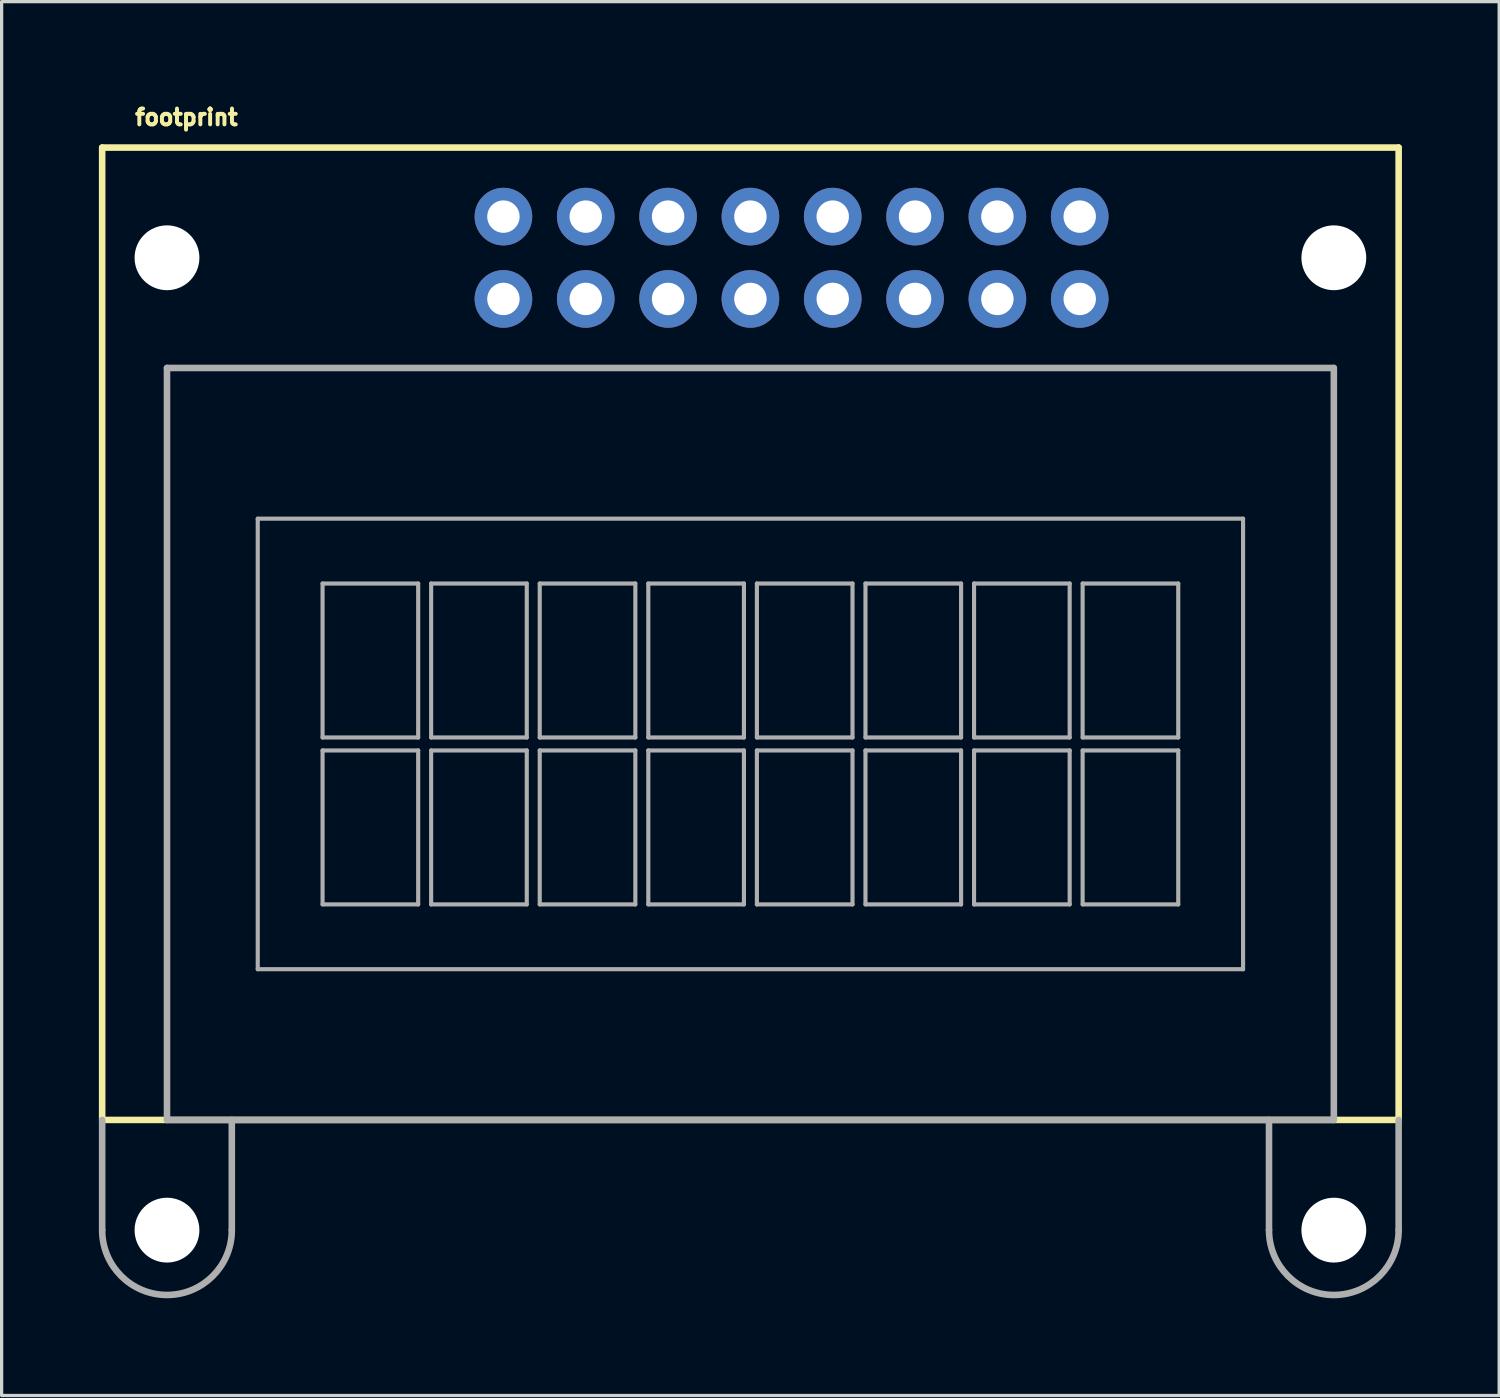
<source format=kicad_pcb>
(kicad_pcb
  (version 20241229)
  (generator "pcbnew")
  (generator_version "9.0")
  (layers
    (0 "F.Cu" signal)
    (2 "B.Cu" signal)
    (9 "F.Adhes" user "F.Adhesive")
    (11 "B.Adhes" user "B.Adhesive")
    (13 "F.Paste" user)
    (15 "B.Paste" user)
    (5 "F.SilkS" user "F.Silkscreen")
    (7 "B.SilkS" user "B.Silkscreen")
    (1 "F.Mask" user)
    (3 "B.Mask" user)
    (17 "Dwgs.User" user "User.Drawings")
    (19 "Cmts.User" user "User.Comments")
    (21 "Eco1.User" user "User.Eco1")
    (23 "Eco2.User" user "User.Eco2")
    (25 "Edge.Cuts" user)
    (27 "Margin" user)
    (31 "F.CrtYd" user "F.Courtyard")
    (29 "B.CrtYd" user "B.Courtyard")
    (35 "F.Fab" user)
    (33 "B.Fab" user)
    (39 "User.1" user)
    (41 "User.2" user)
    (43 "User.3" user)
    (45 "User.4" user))
  (footprint "footprint"
    (layer "F.Cu")
    (at 20.102 19.903)
    (property "Reference" "footprint" (at -19.05 -19.05 0) (layer "F.SilkS") (effects (font (size 0.488 0.488) (thickness 0.122)) (justify left bottom)))
    (fp_line (start -20 -18.4) (end 20 -18.4) (stroke (width 0.203) (type solid)) (layer "F.SilkS"))
    (fp_line (start -20 11.6) (end -20 -18.4) (stroke (width 0.203) (type solid)) (layer "F.SilkS"))
    (fp_line (start 20 -18.4) (end 20 11.6) (stroke (width 0.203) (type solid)) (layer "F.SilkS"))
    (fp_line (start 20 11.6) (end -20 11.6) (stroke (width 0.203) (type solid)) (layer "F.SilkS"))
    (fp_line (start -20 15) (end -20 11.6) (stroke (width 0.203) (type solid)) (layer "F.Fab"))
    (fp_line (start -18 -11.6) (end -18 11.6) (stroke (width 0.203) (type solid)) (layer "F.Fab"))
    (fp_line (start -18 -11.6) (end 18 -11.6) (stroke (width 0.203) (type solid)) (layer "F.Fab"))
    (fp_line (start -18 11.6) (end 18 11.6) (stroke (width 0.203) (type solid)) (layer "F.Fab"))
    (fp_line (start -16 15) (end -16 11.6) (stroke (width 0.203) (type solid)) (layer "F.Fab"))
    (fp_line (start -15.2 -6.95) (end -15.2 6.95) (stroke (width 0.127) (type solid)) (layer "F.Fab"))
    (fp_line (start -15.2 6.95) (end 15.2 6.95) (stroke (width 0.127) (type solid)) (layer "F.Fab"))
    (fp_line (start -13.2 -4.95) (end -10.25 -4.95) (stroke (width 0.127) (type solid)) (layer "F.Fab"))
    (fp_line (start -13.2 -0.2) (end -13.2 -4.95) (stroke (width 0.127) (type solid)) (layer "F.Fab"))
    (fp_line (start -13.2 0.2) (end -13.2 4.95) (stroke (width 0.127) (type solid)) (layer "F.Fab"))
    (fp_line (start -13.2 4.95) (end -10.25 4.95) (stroke (width 0.127) (type solid)) (layer "F.Fab"))
    (fp_line (start -10.25 -4.95) (end -10.25 -0.2) (stroke (width 0.127) (type solid)) (layer "F.Fab"))
    (fp_line (start -10.25 -0.2) (end -13.2 -0.2) (stroke (width 0.127) (type solid)) (layer "F.Fab"))
    (fp_line (start -10.25 0.2) (end -13.2 0.2) (stroke (width 0.127) (type solid)) (layer "F.Fab"))
    (fp_line (start -10.25 4.95) (end -10.25 0.2) (stroke (width 0.127) (type solid)) (layer "F.Fab"))
    (fp_line (start -9.85 -4.95) (end -6.9 -4.95) (stroke (width 0.127) (type solid)) (layer "F.Fab"))
    (fp_line (start -9.85 -0.2) (end -9.85 -4.95) (stroke (width 0.127) (type solid)) (layer "F.Fab"))
    (fp_line (start -9.85 0.2) (end -9.85 4.95) (stroke (width 0.127) (type solid)) (layer "F.Fab"))
    (fp_line (start -9.85 4.95) (end -6.9 4.95) (stroke (width 0.127) (type solid)) (layer "F.Fab"))
    (fp_line (start -6.9 -4.95) (end -6.9 -0.2) (stroke (width 0.127) (type solid)) (layer "F.Fab"))
    (fp_line (start -6.9 -0.2) (end -9.85 -0.2) (stroke (width 0.127) (type solid)) (layer "F.Fab"))
    (fp_line (start -6.9 0.2) (end -9.85 0.2) (stroke (width 0.127) (type solid)) (layer "F.Fab"))
    (fp_line (start -6.9 4.95) (end -6.9 0.2) (stroke (width 0.127) (type solid)) (layer "F.Fab"))
    (fp_line (start -6.5 -4.95) (end -3.55 -4.95) (stroke (width 0.127) (type solid)) (layer "F.Fab"))
    (fp_line (start -6.5 -0.2) (end -6.5 -4.95) (stroke (width 0.127) (type solid)) (layer "F.Fab"))
    (fp_line (start -6.5 0.2) (end -6.5 4.95) (stroke (width 0.127) (type solid)) (layer "F.Fab"))
    (fp_line (start -6.5 4.95) (end -3.55 4.95) (stroke (width 0.127) (type solid)) (layer "F.Fab"))
    (fp_line (start -3.55 -4.95) (end -3.55 -0.2) (stroke (width 0.127) (type solid)) (layer "F.Fab"))
    (fp_line (start -3.55 -0.2) (end -6.5 -0.2) (stroke (width 0.127) (type solid)) (layer "F.Fab"))
    (fp_line (start -3.55 0.2) (end -6.5 0.2) (stroke (width 0.127) (type solid)) (layer "F.Fab"))
    (fp_line (start -3.55 4.95) (end -3.55 0.2) (stroke (width 0.127) (type solid)) (layer "F.Fab"))
    (fp_line (start -3.15 -4.95) (end -0.2 -4.95) (stroke (width 0.127) (type solid)) (layer "F.Fab"))
    (fp_line (start -3.15 -0.2) (end -3.15 -4.95) (stroke (width 0.127) (type solid)) (layer "F.Fab"))
    (fp_line (start -3.15 0.2) (end -3.15 4.95) (stroke (width 0.127) (type solid)) (layer "F.Fab"))
    (fp_line (start -3.15 4.95) (end -0.2 4.95) (stroke (width 0.127) (type solid)) (layer "F.Fab"))
    (fp_line (start -0.2 -4.95) (end -0.2 -0.2) (stroke (width 0.127) (type solid)) (layer "F.Fab"))
    (fp_line (start -0.2 -0.2) (end -3.15 -0.2) (stroke (width 0.127) (type solid)) (layer "F.Fab"))
    (fp_line (start -0.2 0.2) (end -3.15 0.2) (stroke (width 0.127) (type solid)) (layer "F.Fab"))
    (fp_line (start -0.2 4.95) (end -0.2 0.2) (stroke (width 0.127) (type solid)) (layer "F.Fab"))
    (fp_line (start 0.2 -4.95) (end 3.15 -4.95) (stroke (width 0.127) (type solid)) (layer "F.Fab"))
    (fp_line (start 0.2 -0.2) (end 0.2 -4.95) (stroke (width 0.127) (type solid)) (layer "F.Fab"))
    (fp_line (start 0.2 0.2) (end 0.2 4.95) (stroke (width 0.127) (type solid)) (layer "F.Fab"))
    (fp_line (start 0.2 4.95) (end 3.15 4.95) (stroke (width 0.127) (type solid)) (layer "F.Fab"))
    (fp_line (start 3.15 -4.95) (end 3.15 -0.2) (stroke (width 0.127) (type solid)) (layer "F.Fab"))
    (fp_line (start 3.15 -0.2) (end 0.2 -0.2) (stroke (width 0.127) (type solid)) (layer "F.Fab"))
    (fp_line (start 3.15 0.2) (end 0.2 0.2) (stroke (width 0.127) (type solid)) (layer "F.Fab"))
    (fp_line (start 3.15 4.95) (end 3.15 0.2) (stroke (width 0.127) (type solid)) (layer "F.Fab"))
    (fp_line (start 3.55 -4.95) (end 6.5 -4.95) (stroke (width 0.127) (type solid)) (layer "F.Fab"))
    (fp_line (start 3.55 -0.2) (end 3.55 -4.95) (stroke (width 0.127) (type solid)) (layer "F.Fab"))
    (fp_line (start 3.55 0.2) (end 3.55 4.95) (stroke (width 0.127) (type solid)) (layer "F.Fab"))
    (fp_line (start 3.55 4.95) (end 6.5 4.95) (stroke (width 0.127) (type solid)) (layer "F.Fab"))
    (fp_line (start 6.5 -4.95) (end 6.5 -0.2) (stroke (width 0.127) (type solid)) (layer "F.Fab"))
    (fp_line (start 6.5 -0.2) (end 3.55 -0.2) (stroke (width 0.127) (type solid)) (layer "F.Fab"))
    (fp_line (start 6.5 0.2) (end 3.55 0.2) (stroke (width 0.127) (type solid)) (layer "F.Fab"))
    (fp_line (start 6.5 4.95) (end 6.5 0.2) (stroke (width 0.127) (type solid)) (layer "F.Fab"))
    (fp_line (start 6.9 -4.95) (end 9.85 -4.95) (stroke (width 0.127) (type solid)) (layer "F.Fab"))
    (fp_line (start 6.9 -0.2) (end 6.9 -4.95) (stroke (width 0.127) (type solid)) (layer "F.Fab"))
    (fp_line (start 6.9 0.2) (end 6.9 4.95) (stroke (width 0.127) (type solid)) (layer "F.Fab"))
    (fp_line (start 6.9 4.95) (end 9.85 4.95) (stroke (width 0.127) (type solid)) (layer "F.Fab"))
    (fp_line (start 9.85 -4.95) (end 9.85 -0.2) (stroke (width 0.127) (type solid)) (layer "F.Fab"))
    (fp_line (start 9.85 -0.2) (end 6.9 -0.2) (stroke (width 0.127) (type solid)) (layer "F.Fab"))
    (fp_line (start 9.85 0.2) (end 6.9 0.2) (stroke (width 0.127) (type solid)) (layer "F.Fab"))
    (fp_line (start 9.85 4.95) (end 9.85 0.2) (stroke (width 0.127) (type solid)) (layer "F.Fab"))
    (fp_line (start 10.25 -4.95) (end 13.2 -4.95) (stroke (width 0.127) (type solid)) (layer "F.Fab"))
    (fp_line (start 10.25 -0.2) (end 10.25 -4.95) (stroke (width 0.127) (type solid)) (layer "F.Fab"))
    (fp_line (start 10.25 0.2) (end 10.25 4.95) (stroke (width 0.127) (type solid)) (layer "F.Fab"))
    (fp_line (start 10.25 4.95) (end 13.2 4.95) (stroke (width 0.127) (type solid)) (layer "F.Fab"))
    (fp_line (start 13.2 -4.95) (end 13.2 -0.2) (stroke (width 0.127) (type solid)) (layer "F.Fab"))
    (fp_line (start 13.2 -0.2) (end 10.25 -0.2) (stroke (width 0.127) (type solid)) (layer "F.Fab"))
    (fp_line (start 13.2 0.2) (end 10.25 0.2) (stroke (width 0.127) (type solid)) (layer "F.Fab"))
    (fp_line (start 13.2 4.95) (end 13.2 0.2) (stroke (width 0.127) (type solid)) (layer "F.Fab"))
    (fp_line (start 15.2 -6.95) (end -15.2 -6.95) (stroke (width 0.127) (type solid)) (layer "F.Fab"))
    (fp_line (start 15.2 6.95) (end 15.2 -6.95) (stroke (width 0.127) (type solid)) (layer "F.Fab"))
    (fp_line (start 16 15) (end 16 11.6) (stroke (width 0.203) (type solid)) (layer "F.Fab"))
    (fp_line (start 18 -11.6) (end 18 11.6) (stroke (width 0.203) (type solid)) (layer "F.Fab"))
    (fp_line (start 20 15) (end 20 11.6) (stroke (width 0.203) (type solid)) (layer "F.Fab"))
    (fp_arc (start -16 15) (mid -18 17) (end -20 15) (stroke (width 0.2032) (type solid)) (layer "F.Fab"))
    (fp_arc (start 20 15) (mid 18 17) (end 16 15) (stroke (width 0.2032) (type solid)) (layer "F.Fab"))
    (pad "" np_thru_hole circle (at -18 -15) (size 2 2) (drill 2) (layers "*.Cu" "*.Mask"))
    (pad "" np_thru_hole circle (at -18 15) (size 2 2) (drill 2) (layers "*.Cu" "*.Mask"))
    (pad "" np_thru_hole circle (at 18 -15) (size 2 2) (drill 2) (layers "*.Cu" "*.Mask"))
    (pad "" np_thru_hole circle (at 18 15) (size 2 2) (drill 2) (layers "*.Cu" "*.Mask"))
    (pad "1" thru_hole circle (at -7.62 -13.73) (size 1.778 1.778) (drill 1) (layers "*.Cu" "*.Mask"))
    (pad "2" thru_hole circle (at -7.62 -16.27) (size 1.778 1.778) (drill 1) (layers "*.Cu" "*.Mask"))
    (pad "3" thru_hole circle (at -5.08 -13.73) (size 1.778 1.778) (drill 1) (layers "*.Cu" "*.Mask"))
    (pad "4" thru_hole circle (at -5.08 -16.27) (size 1.778 1.778) (drill 1) (layers "*.Cu" "*.Mask"))
    (pad "5" thru_hole circle (at -2.54 -13.73) (size 1.778 1.778) (drill 1) (layers "*.Cu" "*.Mask"))
    (pad "6" thru_hole circle (at -2.54 -16.27) (size 1.778 1.778) (drill 1) (layers "*.Cu" "*.Mask"))
    (pad "7" thru_hole circle (at 0 -13.73) (size 1.778 1.778) (drill 1) (layers "*.Cu" "*.Mask"))
    (pad "8" thru_hole circle (at 0 -16.27) (size 1.778 1.778) (drill 1) (layers "*.Cu" "*.Mask"))
    (pad "9" thru_hole circle (at 2.54 -13.73) (size 1.778 1.778) (drill 1) (layers "*.Cu" "*.Mask"))
    (pad "10" thru_hole circle (at 2.54 -16.27) (size 1.778 1.778) (drill 1) (layers "*.Cu" "*.Mask"))
    (pad "11" thru_hole circle (at 5.08 -13.73) (size 1.778 1.778) (drill 1) (layers "*.Cu" "*.Mask"))
    (pad "12" thru_hole circle (at 5.08 -16.27) (size 1.778 1.778) (drill 1) (layers "*.Cu" "*.Mask"))
    (pad "13" thru_hole circle (at 7.62 -13.73) (size 1.778 1.778) (drill 1) (layers "*.Cu" "*.Mask"))
    (pad "14" thru_hole circle (at 7.62 -16.27) (size 1.778 1.778) (drill 1) (layers "*.Cu" "*.Mask"))
    (pad "15" thru_hole circle (at 10.16 -13.73) (size 1.778 1.778) (drill 1) (layers "*.Cu" "*.Mask"))
    (pad "16" thru_hole circle (at 10.16 -16.27) (size 1.778 1.778) (drill 1) (layers "*.Cu" "*.Mask")))
  (gr_rect
    (start -3 -3)
    (end 43.203 40.005)
    (stroke (width 0.1) (type default))
    (fill no)
    (layer "Edge.Cuts")))
</source>
